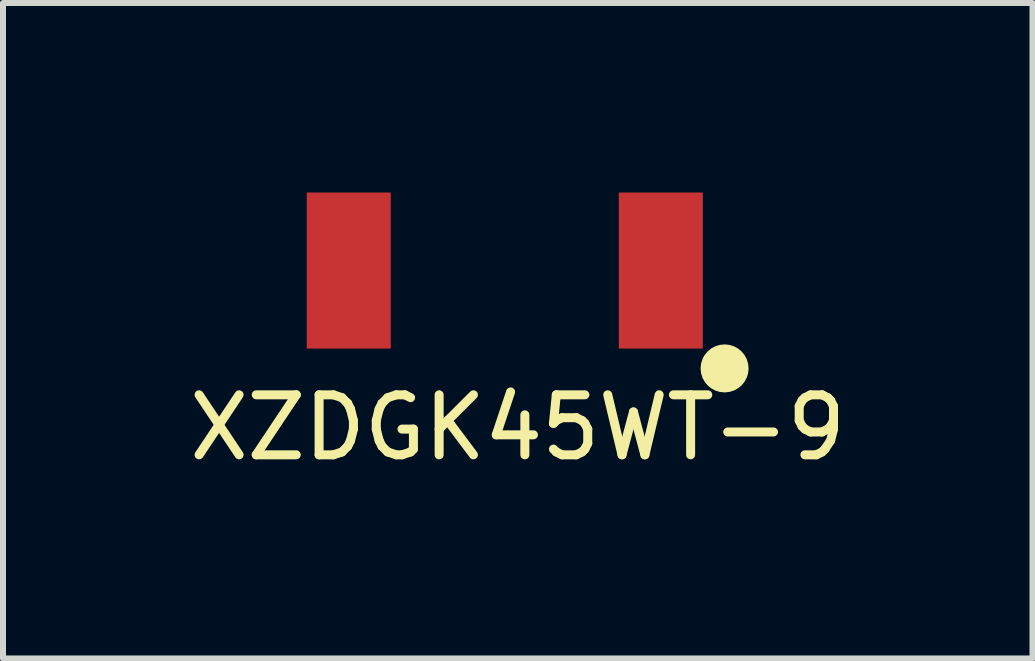
<source format=kicad_pcb>
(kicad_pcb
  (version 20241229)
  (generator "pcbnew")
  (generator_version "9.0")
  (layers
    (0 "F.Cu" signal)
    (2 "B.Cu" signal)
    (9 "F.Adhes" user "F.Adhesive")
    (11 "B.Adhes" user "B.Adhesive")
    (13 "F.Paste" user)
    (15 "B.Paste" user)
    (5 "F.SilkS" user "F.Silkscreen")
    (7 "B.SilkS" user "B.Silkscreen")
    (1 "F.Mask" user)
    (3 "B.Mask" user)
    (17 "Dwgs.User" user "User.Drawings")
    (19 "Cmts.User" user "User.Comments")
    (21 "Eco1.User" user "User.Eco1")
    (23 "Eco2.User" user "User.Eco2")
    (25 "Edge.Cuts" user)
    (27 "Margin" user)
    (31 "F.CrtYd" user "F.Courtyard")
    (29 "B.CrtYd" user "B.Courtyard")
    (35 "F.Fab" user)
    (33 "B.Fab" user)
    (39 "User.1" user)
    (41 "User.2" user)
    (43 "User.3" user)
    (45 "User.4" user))
  (footprint "XZDGK45WT-9"
    (layer "F.Cu")
    (at 5.361 1.458)
    (property "Reference" "XZDGK45WT-9" (at 0.216 2.616 0) (layer "F.SilkS") (effects (font (size 1 1) (thickness 0.15))))
    (attr through_hole)
    (fp_circle (center -0.015 0.142) (end 0.785 0.142) (stroke (width 1.6) (type solid)) (fill no) (layer "F.Mask"))
    (fp_circle (center 3.663 1.631) (end 3.863 1.631) (stroke (width 0.4) (type solid)) (fill no) (layer "F.SilkS"))
    (pad "1" smd rect (at -2.6 0) (size 1.4 2.6) (layers "F.Cu" "F.Mask" "F.Paste"))
    (pad "2" smd rect (at 2.6 0) (size 1.4 2.6) (layers "F.Cu" "F.Mask" "F.Paste")))
  (gr_rect
    (start -3 -3)
    (end 14.155 7.922)
    (stroke (width 0.1) (type default))
    (fill no)
    (layer "Edge.Cuts")))
</source>
